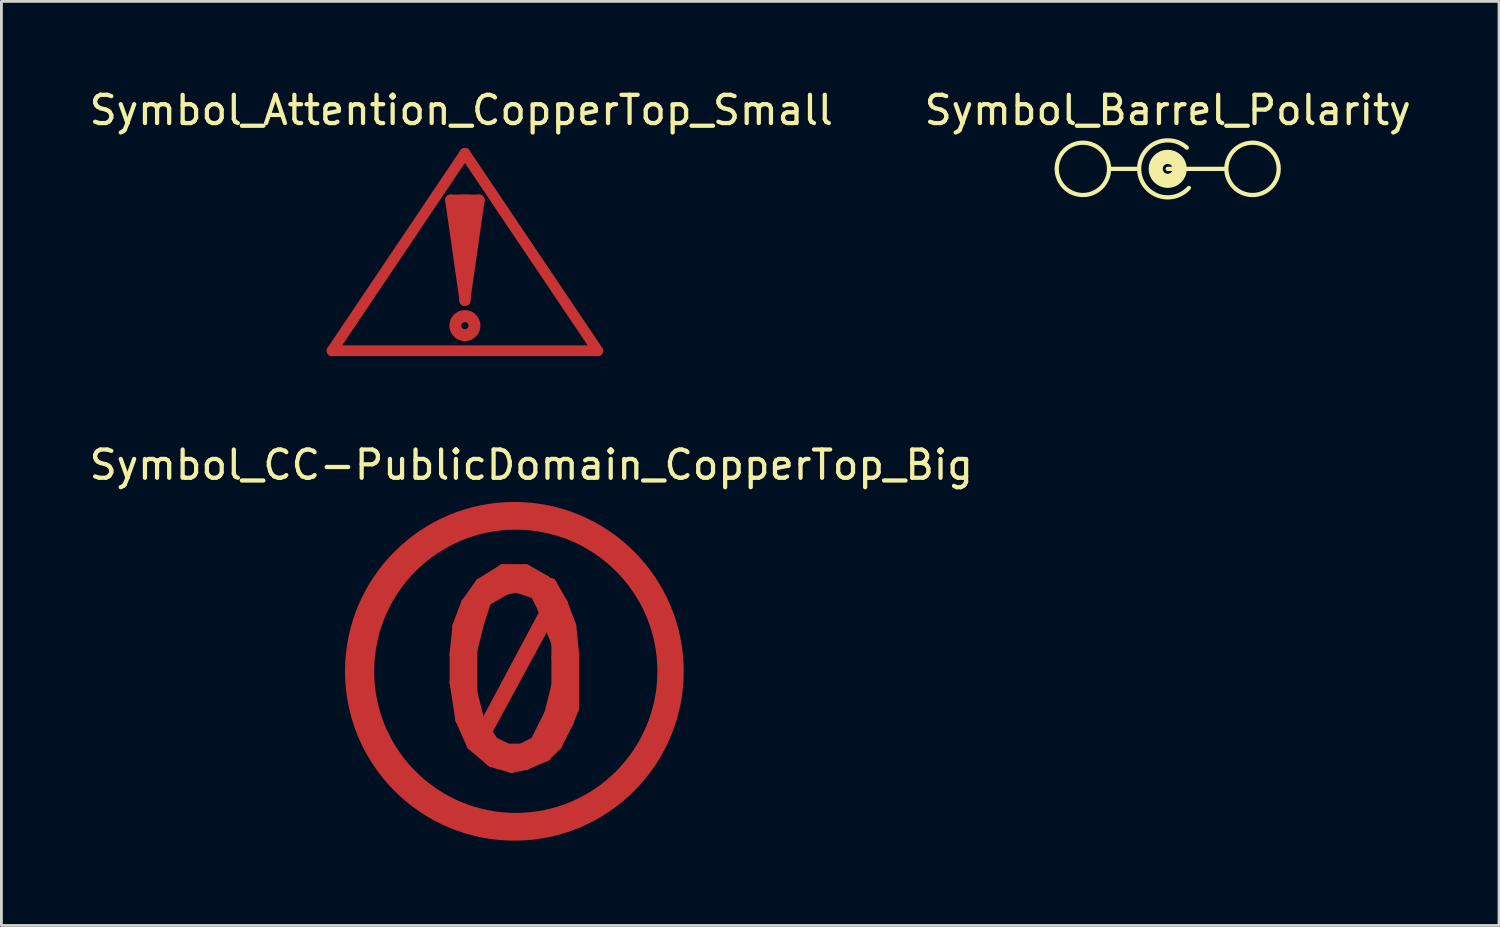
<source format=kicad_pcb>
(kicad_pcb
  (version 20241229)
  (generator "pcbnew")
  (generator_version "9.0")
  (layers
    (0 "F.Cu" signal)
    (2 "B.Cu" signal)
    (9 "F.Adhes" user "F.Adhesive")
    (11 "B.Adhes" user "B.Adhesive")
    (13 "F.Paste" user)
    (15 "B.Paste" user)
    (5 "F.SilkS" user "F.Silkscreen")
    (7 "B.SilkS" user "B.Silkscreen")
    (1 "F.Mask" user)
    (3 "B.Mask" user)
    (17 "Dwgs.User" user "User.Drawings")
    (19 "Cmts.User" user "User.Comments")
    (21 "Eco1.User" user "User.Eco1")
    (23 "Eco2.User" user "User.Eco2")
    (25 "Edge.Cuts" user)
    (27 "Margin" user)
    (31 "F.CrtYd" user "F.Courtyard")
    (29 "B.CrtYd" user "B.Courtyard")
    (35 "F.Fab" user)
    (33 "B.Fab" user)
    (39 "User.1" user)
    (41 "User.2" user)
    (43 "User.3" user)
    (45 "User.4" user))
  (footprint "Symbol_Barrel_Polarity"
    (layer "F.Cu")
    (at 38.256 2.848)
    (property "Reference" "Symbol_Barrel_Polarity" (at 0 -2 0) (layer "F.SilkS") (effects (font (size 1 1) (thickness 0.15))))
    (attr exclude_from_pos_files exclude_from_bom)
    (fp_line (start -2 0.075) (end -1.1 0.075) (stroke (width 0.15) (type solid)) (layer "F.SilkS"))
    (fp_line (start 0 0.075) (end 2 0.075) (stroke (width 0.15) (type solid)) (layer "F.SilkS"))
    (fp_arc (start 0.75 0.75) (mid -1.007627 0.128033) (end 0.675 -0.675) (stroke (width 0.15) (type solid)) (layer "F.SilkS"))
    (fp_circle (center -3 0.075) (end -3 1) (stroke (width 0.15) (type solid)) (fill no) (layer "F.SilkS"))
    (fp_circle (center 0 0.075) (end 0 0.25) (stroke (width 0.5) (type solid)) (fill no) (layer "F.SilkS"))
    (fp_circle (center 3 0.075) (end 3 1) (stroke (width 0.15) (type solid)) (fill no) (layer "F.SilkS")))
  (footprint "Symbol_CC-PublicDomain_CopperTop_Big"
    (layer "F.Cu")
    (at 15.145 20.696)
    (property "Reference" "Symbol_CC-PublicDomain_CopperTop_Big" (at 0.599 -7.3 0) (layer "F.SilkS") (effects (font (size 1 1) (thickness 0.15))))
    (attr exclude_from_pos_files exclude_from_bom)
    (fp_line (start -2.1 -0.6) (end -2 -1.6) (stroke (width 0.381) (type solid)) (layer "F.Cu"))
    (fp_line (start -2.1 0.4) (end -2.1 -0.6) (stroke (width 0.381) (type solid)) (layer "F.Cu"))
    (fp_line (start -2 -1.6) (end -1.7 -2.4) (stroke (width 0.381) (type solid)) (layer "F.Cu"))
    (fp_line (start -1.9 0.6) (end -1.7 -1.9) (stroke (width 0.381) (type solid)) (layer "F.Cu"))
    (fp_line (start -1.9 1.7) (end -2.1 0.4) (stroke (width 0.381) (type solid)) (layer "F.Cu"))
    (fp_line (start -1.8 -0.7) (end -1.4 -2.2) (stroke (width 0.381) (type solid)) (layer "F.Cu"))
    (fp_line (start -1.8 1.2) (end -1.6 1.9) (stroke (width 0.381) (type solid)) (layer "F.Cu"))
    (fp_line (start -1.7 -2.4) (end -1.2 -3.1) (stroke (width 0.381) (type solid)) (layer "F.Cu"))
    (fp_line (start -1.7 1) (end -1.8 -0.7) (stroke (width 0.381) (type solid)) (layer "F.Cu"))
    (fp_line (start -1.6 1.9) (end -1.2 2.5) (stroke (width 0.381) (type solid)) (layer "F.Cu"))
    (fp_line (start -1.5 -0.75) (end -1.25 -1.75) (stroke (width 0.381) (type solid)) (layer "F.Cu"))
    (fp_line (start -1.5 0.75) (end -1.5 -0.75) (stroke (width 0.381) (type solid)) (layer "F.Cu"))
    (fp_line (start -1.5 2.6) (end -1.9 1.7) (stroke (width 0.381) (type solid)) (layer "F.Cu"))
    (fp_line (start -1.4 -2.2) (end -1 -2.9) (stroke (width 0.381) (type solid)) (layer "F.Cu"))
    (fp_line (start -1.3 2.3) (end -1.7 1) (stroke (width 0.381) (type solid)) (layer "F.Cu"))
    (fp_line (start -1.25 -1.75) (end -1 -2.5) (stroke (width 0.381) (type solid)) (layer "F.Cu"))
    (fp_line (start -1.25 1.75) (end -1.5 0.75) (stroke (width 0.381) (type solid)) (layer "F.Cu"))
    (fp_line (start -1.2 -3.1) (end -0.4 -3.6) (stroke (width 0.381) (type solid)) (layer "F.Cu"))
    (fp_line (start -1.15 2.45) (end -1.1 2.65) (stroke (width 0.381) (type solid)) (layer "F.Cu"))
    (fp_line (start -1.1 2.7) (end -1.9 0.6) (stroke (width 0.381) (type solid)) (layer "F.Cu"))
    (fp_line (start -1 -2.9) (end -0.2 -3.3) (stroke (width 0.381) (type solid)) (layer "F.Cu"))
    (fp_line (start -1 -2.5) (end -0.3 -2.9) (stroke (width 0.381) (type solid)) (layer "F.Cu"))
    (fp_line (start -0.8 3.2) (end -1.5 2.6) (stroke (width 0.381) (type solid)) (layer "F.Cu"))
    (fp_line (start -0.75 2.5) (end -1.25 1.75) (stroke (width 0.381) (type solid)) (layer "F.Cu"))
    (fp_line (start -0.5 3.2) (end -1.1 2.7) (stroke (width 0.381) (type solid)) (layer "F.Cu"))
    (fp_line (start -0.4 -3.6) (end 0.4 -3.6) (stroke (width 0.381) (type solid)) (layer "F.Cu"))
    (fp_line (start -0.4 3) (end -1.3 2.3) (stroke (width 0.381) (type solid)) (layer "F.Cu"))
    (fp_line (start -0.3 -2.9) (end 0.2 -3) (stroke (width 0.381) (type solid)) (layer "F.Cu"))
    (fp_line (start -0.25 2.75) (end -0.75 2.5) (stroke (width 0.381) (type solid)) (layer "F.Cu"))
    (fp_line (start -0.2 -3.3) (end 0.7 -3.2) (stroke (width 0.381) (type solid)) (layer "F.Cu"))
    (fp_line (start -0.1 3.4) (end -0.8 3.2) (stroke (width 0.381) (type solid)) (layer "F.Cu"))
    (fp_line (start 0 -3) (end 0.75 -2.75) (stroke (width 0.381) (type solid)) (layer "F.Cu"))
    (fp_line (start 0.2 -3) (end 0.8 -3) (stroke (width 0.381) (type solid)) (layer "F.Cu"))
    (fp_line (start 0.2 3.2) (end -0.5 3.2) (stroke (width 0.381) (type solid)) (layer "F.Cu"))
    (fp_line (start 0.25 2.75) (end -0.25 2.75) (stroke (width 0.381) (type solid)) (layer "F.Cu"))
    (fp_line (start 0.4 -3.6) (end 1.1 -3.2) (stroke (width 0.381) (type solid)) (layer "F.Cu"))
    (fp_line (start 0.4 3.3) (end -0.1 3.4) (stroke (width 0.381) (type solid)) (layer "F.Cu"))
    (fp_line (start 0.5 3) (end -0.4 3) (stroke (width 0.381) (type solid)) (layer "F.Cu"))
    (fp_line (start 0.7 -3.2) (end 1.3 -3.1) (stroke (width 0.381) (type solid)) (layer "F.Cu"))
    (fp_line (start 0.75 -2.75) (end 1 -2.25) (stroke (width 0.381) (type solid)) (layer "F.Cu"))
    (fp_line (start 0.75 2.5) (end 0.25 2.75) (stroke (width 0.381) (type solid)) (layer "F.Cu"))
    (fp_line (start 0.8 -3) (end 1.4 -2.3) (stroke (width 0.381) (type solid)) (layer "F.Cu"))
    (fp_line (start 1 -2.25) (end 1.5 -1) (stroke (width 0.381) (type solid)) (layer "F.Cu"))
    (fp_line (start 1 2.7) (end 0.5 3) (stroke (width 0.381) (type solid)) (layer "F.Cu"))
    (fp_line (start 1.1 -3.2) (end 1.1 -2.9) (stroke (width 0.381) (type solid)) (layer "F.Cu"))
    (fp_line (start 1.1 -2.9) (end 1.8 -1.5) (stroke (width 0.381) (type solid)) (layer "F.Cu"))
    (fp_line (start 1.1 -2.5) (end 1.4 -1.9) (stroke (width 0.381) (type solid)) (layer "F.Cu"))
    (fp_line (start 1.1 3) (end 0.4 3.3) (stroke (width 0.381) (type solid)) (layer "F.Cu"))
    (fp_line (start 1.2 2.6) (end 0.2 3.2) (stroke (width 0.381) (type solid)) (layer "F.Cu"))
    (fp_line (start 1.25 -2.4) (end -1.15 2.1) (stroke (width 0.381) (type solid)) (layer "F.Cu"))
    (fp_line (start 1.25 1.5) (end 0.75 2.5) (stroke (width 0.381) (type solid)) (layer "F.Cu"))
    (fp_line (start 1.3 -3.1) (end 1.7 -2.4) (stroke (width 0.381) (type solid)) (layer "F.Cu"))
    (fp_line (start 1.4 -2.3) (end 1.6 -1.4) (stroke (width 0.381) (type solid)) (layer "F.Cu"))
    (fp_line (start 1.4 -2.25) (end -1.15 2.45) (stroke (width 0.381) (type solid)) (layer "F.Cu"))
    (fp_line (start 1.4 1.8) (end 1 2.7) (stroke (width 0.381) (type solid)) (layer "F.Cu"))
    (fp_line (start 1.5 -1) (end 1.5 -0.5) (stroke (width 0.381) (type solid)) (layer "F.Cu"))
    (fp_line (start 1.5 -0.5) (end 1.5 0.5) (stroke (width 0.381) (type solid)) (layer "F.Cu"))
    (fp_line (start 1.5 0.5) (end 1.25 1.5) (stroke (width 0.381) (type solid)) (layer "F.Cu"))
    (fp_line (start 1.5 2.6) (end 1.1 3) (stroke (width 0.381) (type solid)) (layer "F.Cu"))
    (fp_line (start 1.6 -1.4) (end 1.7 -0.3) (stroke (width 0.381) (type solid)) (layer "F.Cu"))
    (fp_line (start 1.7 -2.4) (end 2 -1.6) (stroke (width 0.381) (type solid)) (layer "F.Cu"))
    (fp_line (start 1.7 -0.3) (end 1.7 0.9) (stroke (width 0.381) (type solid)) (layer "F.Cu"))
    (fp_line (start 1.7 0.9) (end 1.4 1.8) (stroke (width 0.381) (type solid)) (layer "F.Cu"))
    (fp_line (start 1.8 -1.5) (end 1.8 -0.4) (stroke (width 0.381) (type solid)) (layer "F.Cu"))
    (fp_line (start 1.8 -0.4) (end 1.8 1.1) (stroke (width 0.381) (type solid)) (layer "F.Cu"))
    (fp_line (start 1.8 1.1) (end 1.2 2.6) (stroke (width 0.381) (type solid)) (layer "F.Cu"))
    (fp_line (start 1.9 1.8) (end 1.5 2.6) (stroke (width 0.381) (type solid)) (layer "F.Cu"))
    (fp_line (start 2 -1.6) (end 2.1 -0.6) (stroke (width 0.381) (type solid)) (layer "F.Cu"))
    (fp_line (start 2.1 -0.6) (end 2.1 0.3) (stroke (width 0.381) (type solid)) (layer "F.Cu"))
    (fp_line (start 2.1 0.3) (end 2.1 1.3) (stroke (width 0.381) (type solid)) (layer "F.Cu"))
    (fp_line (start 2.1 1.3) (end 1.9 1.8) (stroke (width 0.381) (type solid)) (layer "F.Cu"))
    (fp_circle (center 0 0) (end 5.5 0) (stroke (width 0.381) (type solid)) (fill no) (layer "F.Cu"))
    (fp_circle (center 0 0) (end 5.8 -0.05) (stroke (width 0.381) (type solid)) (fill no) (layer "F.Cu"))
    (fp_circle (center 0.05 0) (end 5.25 0) (stroke (width 0.381) (type solid)) (fill no) (layer "F.Cu")))
  (footprint "Symbol_Attention_CopperTop_Small"
    (layer "F.Cu")
    (at 13.395 6.563)
    (property "Reference" "Symbol_Attention_CopperTop_Small" (at -0.127 -5.715 0) (layer "F.SilkS") (effects (font (size 1 1) (thickness 0.15))))
    (attr exclude_from_pos_files exclude_from_bom)
    (fp_line (start -4.699 2.794) (end 0 -4.191) (stroke (width 0.381) (type solid)) (layer "F.Cu"))
    (fp_line (start -0.508 -2.54) (end 0 -2.54) (stroke (width 0.381) (type solid)) (layer "F.Cu"))
    (fp_line (start 0 -4.191) (end 4.699 2.794) (stroke (width 0.381) (type solid)) (layer "F.Cu"))
    (fp_line (start 0 -2.54) (end 0.508 -2.54) (stroke (width 0.381) (type solid)) (layer "F.Cu"))
    (fp_line (start 0 0.889) (end 0.127 -2.54) (stroke (width 0.381) (type solid)) (layer "F.Cu"))
    (fp_line (start 0 1.016) (end -0.508 -2.54) (stroke (width 0.381) (type solid)) (layer "F.Cu"))
    (fp_line (start 0 1.016) (end -0.127 -2.54) (stroke (width 0.381) (type solid)) (layer "F.Cu"))
    (fp_line (start 0.508 -2.54) (end 0 1.016) (stroke (width 0.381) (type solid)) (layer "F.Cu"))
    (fp_line (start 4.699 2.794) (end -4.699 2.794) (stroke (width 0.381) (type solid)) (layer "F.Cu"))
    (fp_circle (center 0 1.905) (end 0 2.032) (stroke (width 0.381) (type solid)) (fill no) (layer "F.Cu"))
    (fp_circle (center 0 1.905) (end 0.254 2.159) (stroke (width 0.381) (type solid)) (fill no) (layer "F.Cu")))
  (gr_rect
    (start -3 -3)
    (end 49.976 29.687)
    (stroke (width 0.1) (type default))
    (fill no)
    (layer "Edge.Cuts")))
</source>
